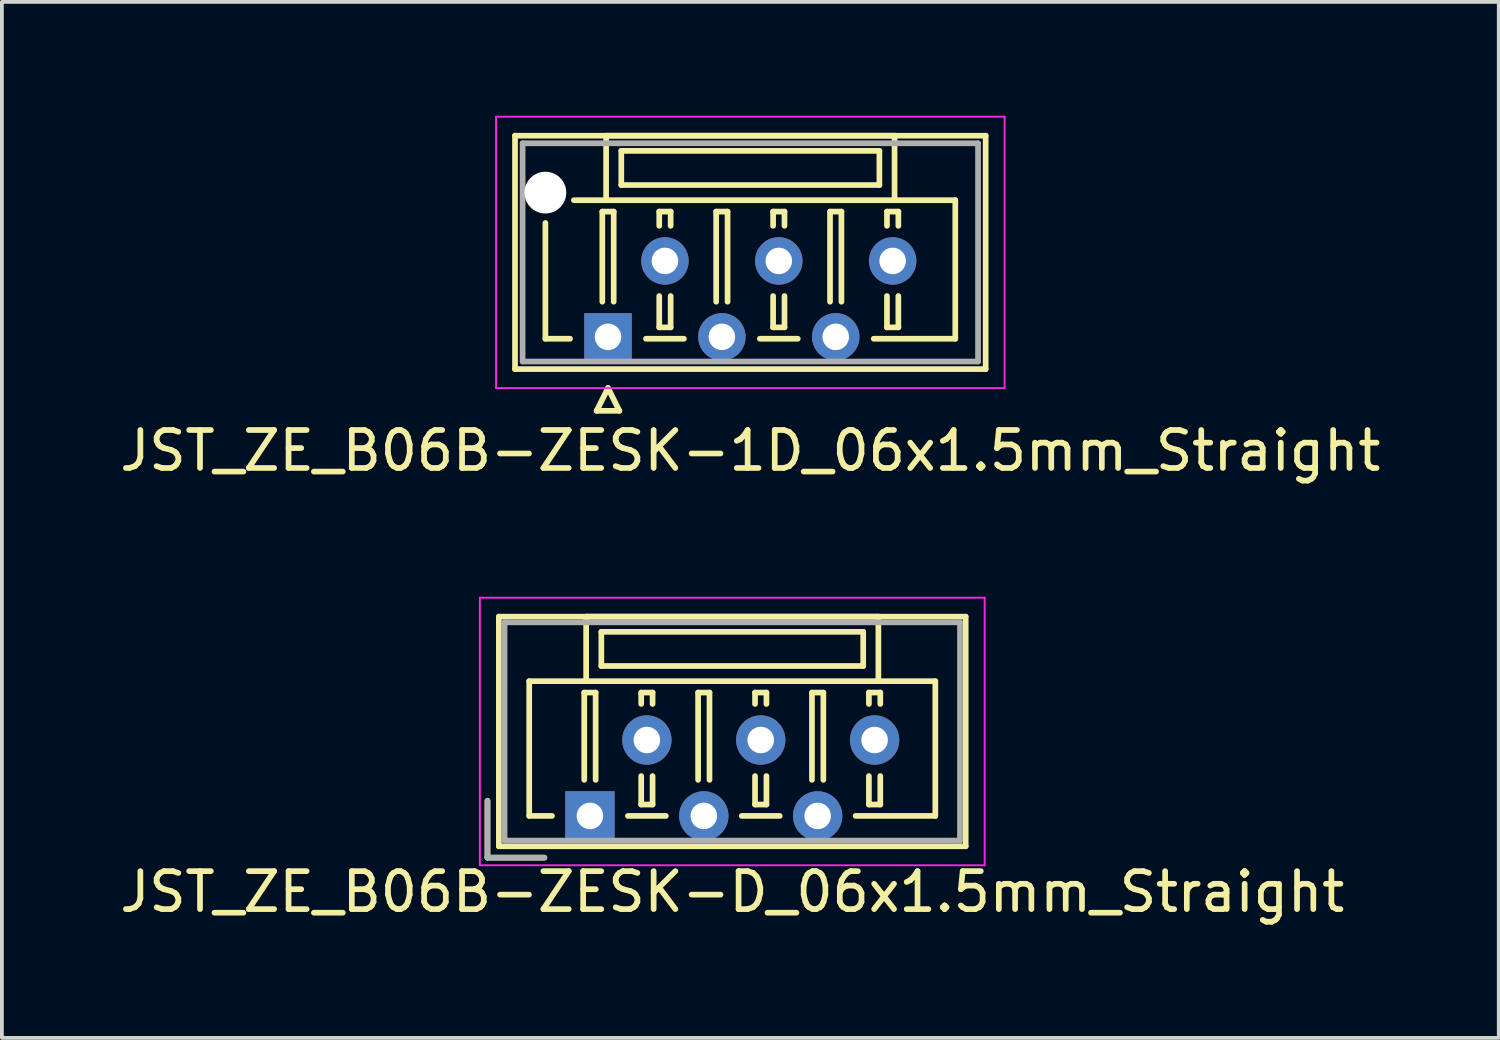
<source format=kicad_pcb>
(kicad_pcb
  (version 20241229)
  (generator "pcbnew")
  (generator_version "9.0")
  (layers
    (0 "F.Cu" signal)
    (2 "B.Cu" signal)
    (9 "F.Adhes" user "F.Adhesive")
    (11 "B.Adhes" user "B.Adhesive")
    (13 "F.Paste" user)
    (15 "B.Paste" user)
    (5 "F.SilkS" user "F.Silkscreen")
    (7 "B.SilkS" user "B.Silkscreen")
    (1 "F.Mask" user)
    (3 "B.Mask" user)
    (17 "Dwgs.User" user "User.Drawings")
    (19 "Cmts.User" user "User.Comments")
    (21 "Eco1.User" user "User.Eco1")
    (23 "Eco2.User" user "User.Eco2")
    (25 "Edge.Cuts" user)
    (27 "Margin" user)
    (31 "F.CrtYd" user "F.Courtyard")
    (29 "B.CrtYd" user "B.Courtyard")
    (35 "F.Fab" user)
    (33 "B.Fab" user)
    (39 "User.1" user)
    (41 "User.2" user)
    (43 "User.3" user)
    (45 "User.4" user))
  (footprint "JST_ZE_B06B-ZESK-1D_06x1.5mm_Straight"
    (layer "F.Cu")
    (at 12.97 5.825)
    (property "Reference" "JST_ZE_B06B-ZESK-1D_06x1.5mm_Straight" (at 3.75 3 0) (layer "F.SilkS") (effects (font (size 1 1) (thickness 0.15))))
    (attr through_hole)
    (fp_line (start -2.45 -5.3) (end -2.45 0.85) (stroke (width 0.15) (type solid)) (layer "F.SilkS"))
    (fp_line (start -2.45 0.85) (end 9.95 0.85) (stroke (width 0.15) (type solid)) (layer "F.SilkS"))
    (fp_line (start -1.65 -3) (end -1.65 0.05) (stroke (width 0.15) (type solid)) (layer "F.SilkS"))
    (fp_line (start -1.65 0.05) (end -1 0.05) (stroke (width 0.15) (type solid)) (layer "F.SilkS"))
    (fp_line (start -0.3 1.95) (end 0 1.35) (stroke (width 0.15) (type solid)) (layer "F.SilkS"))
    (fp_line (start -0.15 -3.3) (end 0.15 -3.3) (stroke (width 0.15) (type solid)) (layer "F.SilkS"))
    (fp_line (start -0.15 -0.925) (end -0.15 -3.3) (stroke (width 0.15) (type solid)) (layer "F.SilkS"))
    (fp_line (start -0.05 -5.3) (end -0.05 -3.6) (stroke (width 0.15) (type solid)) (layer "F.SilkS"))
    (fp_line (start -0.05 -3.6) (end -0.9 -3.6) (stroke (width 0.15) (type solid)) (layer "F.SilkS"))
    (fp_line (start -0.05 -3.6) (end 7.55 -3.6) (stroke (width 0.15) (type solid)) (layer "F.SilkS"))
    (fp_line (start 0 1.35) (end 0.3 1.95) (stroke (width 0.15) (type solid)) (layer "F.SilkS"))
    (fp_line (start 0.15 -3.3) (end 0.15 -0.925) (stroke (width 0.15) (type solid)) (layer "F.SilkS"))
    (fp_line (start 0.3 1.95) (end -0.3 1.95) (stroke (width 0.15) (type solid)) (layer "F.SilkS"))
    (fp_line (start 0.35 -4.9) (end 0.35 -4) (stroke (width 0.15) (type solid)) (layer "F.SilkS"))
    (fp_line (start 0.35 -4) (end 7.15 -4) (stroke (width 0.15) (type solid)) (layer "F.SilkS"))
    (fp_line (start 1 0.05) (end 2 0.05) (stroke (width 0.15) (type solid)) (layer "F.SilkS"))
    (fp_line (start 1.35 -3.3) (end 1.65 -3.3) (stroke (width 0.15) (type solid)) (layer "F.SilkS"))
    (fp_line (start 1.35 -2.925) (end 1.35 -3.3) (stroke (width 0.15) (type solid)) (layer "F.SilkS"))
    (fp_line (start 1.35 -1.075) (end 1.35 -0.25) (stroke (width 0.15) (type solid)) (layer "F.SilkS"))
    (fp_line (start 1.35 -0.25) (end 1.65 -0.25) (stroke (width 0.15) (type solid)) (layer "F.SilkS"))
    (fp_line (start 1.65 -3.3) (end 1.65 -2.925) (stroke (width 0.15) (type solid)) (layer "F.SilkS"))
    (fp_line (start 1.65 -0.25) (end 1.65 -1.075) (stroke (width 0.15) (type solid)) (layer "F.SilkS"))
    (fp_line (start 2.85 -3.3) (end 3.15 -3.3) (stroke (width 0.15) (type solid)) (layer "F.SilkS"))
    (fp_line (start 2.85 -0.925) (end 2.85 -3.3) (stroke (width 0.15) (type solid)) (layer "F.SilkS"))
    (fp_line (start 3.15 -3.3) (end 3.15 -0.925) (stroke (width 0.15) (type solid)) (layer "F.SilkS"))
    (fp_line (start 4 0.05) (end 5 0.05) (stroke (width 0.15) (type solid)) (layer "F.SilkS"))
    (fp_line (start 4.35 -3.3) (end 4.65 -3.3) (stroke (width 0.15) (type solid)) (layer "F.SilkS"))
    (fp_line (start 4.35 -2.925) (end 4.35 -3.3) (stroke (width 0.15) (type solid)) (layer "F.SilkS"))
    (fp_line (start 4.35 -1.075) (end 4.35 -0.25) (stroke (width 0.15) (type solid)) (layer "F.SilkS"))
    (fp_line (start 4.35 -0.25) (end 4.65 -0.25) (stroke (width 0.15) (type solid)) (layer "F.SilkS"))
    (fp_line (start 4.65 -3.3) (end 4.65 -2.925) (stroke (width 0.15) (type solid)) (layer "F.SilkS"))
    (fp_line (start 4.65 -0.25) (end 4.65 -1.075) (stroke (width 0.15) (type solid)) (layer "F.SilkS"))
    (fp_line (start 5.85 -3.3) (end 6.15 -3.3) (stroke (width 0.15) (type solid)) (layer "F.SilkS"))
    (fp_line (start 5.85 -0.925) (end 5.85 -3.3) (stroke (width 0.15) (type solid)) (layer "F.SilkS"))
    (fp_line (start 6.15 -3.3) (end 6.15 -0.925) (stroke (width 0.15) (type solid)) (layer "F.SilkS"))
    (fp_line (start 7.15 -4.9) (end 0.35 -4.9) (stroke (width 0.15) (type solid)) (layer "F.SilkS"))
    (fp_line (start 7.15 -4) (end 7.15 -4.9) (stroke (width 0.15) (type solid)) (layer "F.SilkS"))
    (fp_line (start 7.35 -3.3) (end 7.65 -3.3) (stroke (width 0.15) (type solid)) (layer "F.SilkS"))
    (fp_line (start 7.35 -2.925) (end 7.35 -3.3) (stroke (width 0.15) (type solid)) (layer "F.SilkS"))
    (fp_line (start 7.35 -1.075) (end 7.35 -0.25) (stroke (width 0.15) (type solid)) (layer "F.SilkS"))
    (fp_line (start 7.35 -0.25) (end 7.65 -0.25) (stroke (width 0.15) (type solid)) (layer "F.SilkS"))
    (fp_line (start 7.55 -5.3) (end -0.05 -5.3) (stroke (width 0.15) (type solid)) (layer "F.SilkS"))
    (fp_line (start 7.55 -3.6) (end 7.55 -5.3) (stroke (width 0.15) (type solid)) (layer "F.SilkS"))
    (fp_line (start 7.55 -3.6) (end 9.15 -3.6) (stroke (width 0.15) (type solid)) (layer "F.SilkS"))
    (fp_line (start 7.65 -3.3) (end 7.65 -2.925) (stroke (width 0.15) (type solid)) (layer "F.SilkS"))
    (fp_line (start 7.65 -0.25) (end 7.65 -1.075) (stroke (width 0.15) (type solid)) (layer "F.SilkS"))
    (fp_line (start 9.15 -3.6) (end 9.15 0.05) (stroke (width 0.15) (type solid)) (layer "F.SilkS"))
    (fp_line (start 9.15 0.05) (end 7 0.05) (stroke (width 0.15) (type solid)) (layer "F.SilkS"))
    (fp_line (start 9.95 -5.3) (end -2.45 -5.3) (stroke (width 0.15) (type solid)) (layer "F.SilkS"))
    (fp_line (start 9.95 0.85) (end 9.95 -5.3) (stroke (width 0.15) (type solid)) (layer "F.SilkS"))
    (fp_line (start -2.95 -5.8) (end -2.95 1.35) (stroke (width 0.05) (type solid)) (layer "F.CrtYd"))
    (fp_line (start -2.95 1.35) (end 10.45 1.35) (stroke (width 0.05) (type solid)) (layer "F.CrtYd"))
    (fp_line (start 10.45 -5.8) (end -2.95 -5.8) (stroke (width 0.05) (type solid)) (layer "F.CrtYd"))
    (fp_line (start 10.45 1.35) (end 10.45 -5.8) (stroke (width 0.05) (type solid)) (layer "F.CrtYd"))
    (fp_line (start -2.25 -5.1) (end -2.25 0.65) (stroke (width 0.15) (type solid)) (layer "F.Fab"))
    (fp_line (start -2.25 0.65) (end 9.75 0.65) (stroke (width 0.15) (type solid)) (layer "F.Fab"))
    (fp_line (start 9.75 -5.1) (end -2.25 -5.1) (stroke (width 0.15) (type solid)) (layer "F.Fab"))
    (fp_line (start 9.75 0.65) (end 9.75 -5.1) (stroke (width 0.15) (type solid)) (layer "F.Fab"))
    (pad "" np_thru_hole circle (at -1.65 -3.8) (size 1.1 1.1) (drill 1.1) (layers "*.Cu"))
    (pad "1" thru_hole rect (at 0 0) (size 1.25 1.25) (drill 0.7) (layers "*.Cu" "*.Mask"))
    (pad "2" thru_hole circle (at 1.5 -2) (size 1.25 1.25) (drill 0.7) (layers "*.Cu" "*.Mask"))
    (pad "3" thru_hole circle (at 3 0) (size 1.25 1.25) (drill 0.7) (layers "*.Cu" "*.Mask"))
    (pad "4" thru_hole circle (at 4.5 -2) (size 1.25 1.25) (drill 0.7) (layers "*.Cu" "*.Mask"))
    (pad "5" thru_hole circle (at 6 0) (size 1.25 1.25) (drill 0.7) (layers "*.Cu" "*.Mask"))
    (pad "6" thru_hole circle (at 7.5 -2) (size 1.25 1.25) (drill 0.7) (layers "*.Cu" "*.Mask")))
  (footprint "JST_ZE_B06B-ZESK-D_06x1.5mm_Straight"
    (layer "F.Cu")
    (at 12.494 18.448)
    (property "Reference" "JST_ZE_B06B-ZESK-D_06x1.5mm_Straight" (at 3.75 2 0) (layer "F.SilkS") (effects (font (size 1 1) (thickness 0.15))))
    (attr through_hole)
    (fp_line (start -2.7 -0.4) (end -2.7 1.1) (stroke (width 0.15) (type solid)) (layer "F.SilkS"))
    (fp_line (start -2.7 1.1) (end -1.2 1.1) (stroke (width 0.15) (type solid)) (layer "F.SilkS"))
    (fp_line (start -2.4 -5.25) (end -2.4 0.8) (stroke (width 0.15) (type solid)) (layer "F.SilkS"))
    (fp_line (start -2.4 0.8) (end 9.9 0.8) (stroke (width 0.15) (type solid)) (layer "F.SilkS"))
    (fp_line (start -1.6 -3.55) (end -1.6 0) (stroke (width 0.15) (type solid)) (layer "F.SilkS"))
    (fp_line (start -1.6 0) (end -1 0) (stroke (width 0.15) (type solid)) (layer "F.SilkS"))
    (fp_line (start -0.15 -3.25) (end 0.15 -3.25) (stroke (width 0.15) (type solid)) (layer "F.SilkS"))
    (fp_line (start -0.15 -0.95) (end -0.15 -3.25) (stroke (width 0.15) (type solid)) (layer "F.SilkS"))
    (fp_line (start -0.1 -5.25) (end -0.1 -3.55) (stroke (width 0.15) (type solid)) (layer "F.SilkS"))
    (fp_line (start -0.1 -3.55) (end -1.6 -3.55) (stroke (width 0.15) (type solid)) (layer "F.SilkS"))
    (fp_line (start -0.1 -3.55) (end 7.6 -3.55) (stroke (width 0.15) (type solid)) (layer "F.SilkS"))
    (fp_line (start 0.15 -3.25) (end 0.15 -0.95) (stroke (width 0.15) (type solid)) (layer "F.SilkS"))
    (fp_line (start 0.3 -4.85) (end 0.3 -3.95) (stroke (width 0.15) (type solid)) (layer "F.SilkS"))
    (fp_line (start 0.3 -3.95) (end 7.2 -3.95) (stroke (width 0.15) (type solid)) (layer "F.SilkS"))
    (fp_line (start 1 0) (end 2 0) (stroke (width 0.15) (type solid)) (layer "F.SilkS"))
    (fp_line (start 1.35 -3.25) (end 1.65 -3.25) (stroke (width 0.15) (type solid)) (layer "F.SilkS"))
    (fp_line (start 1.35 -2.95) (end 1.35 -3.25) (stroke (width 0.15) (type solid)) (layer "F.SilkS"))
    (fp_line (start 1.35 -1.05) (end 1.35 -0.3) (stroke (width 0.15) (type solid)) (layer "F.SilkS"))
    (fp_line (start 1.35 -0.3) (end 1.65 -0.3) (stroke (width 0.15) (type solid)) (layer "F.SilkS"))
    (fp_line (start 1.65 -3.25) (end 1.65 -2.95) (stroke (width 0.15) (type solid)) (layer "F.SilkS"))
    (fp_line (start 1.65 -0.3) (end 1.65 -1.05) (stroke (width 0.15) (type solid)) (layer "F.SilkS"))
    (fp_line (start 2.85 -3.25) (end 3.15 -3.25) (stroke (width 0.15) (type solid)) (layer "F.SilkS"))
    (fp_line (start 2.85 -0.95) (end 2.85 -3.25) (stroke (width 0.15) (type solid)) (layer "F.SilkS"))
    (fp_line (start 3.15 -3.25) (end 3.15 -0.95) (stroke (width 0.15) (type solid)) (layer "F.SilkS"))
    (fp_line (start 4 0) (end 5 0) (stroke (width 0.15) (type solid)) (layer "F.SilkS"))
    (fp_line (start 4.35 -3.25) (end 4.65 -3.25) (stroke (width 0.15) (type solid)) (layer "F.SilkS"))
    (fp_line (start 4.35 -2.95) (end 4.35 -3.25) (stroke (width 0.15) (type solid)) (layer "F.SilkS"))
    (fp_line (start 4.35 -1.05) (end 4.35 -0.3) (stroke (width 0.15) (type solid)) (layer "F.SilkS"))
    (fp_line (start 4.35 -0.3) (end 4.65 -0.3) (stroke (width 0.15) (type solid)) (layer "F.SilkS"))
    (fp_line (start 4.65 -3.25) (end 4.65 -2.95) (stroke (width 0.15) (type solid)) (layer "F.SilkS"))
    (fp_line (start 4.65 -0.3) (end 4.65 -1.05) (stroke (width 0.15) (type solid)) (layer "F.SilkS"))
    (fp_line (start 5.85 -3.25) (end 6.15 -3.25) (stroke (width 0.15) (type solid)) (layer "F.SilkS"))
    (fp_line (start 5.85 -0.95) (end 5.85 -3.25) (stroke (width 0.15) (type solid)) (layer "F.SilkS"))
    (fp_line (start 6.15 -3.25) (end 6.15 -0.95) (stroke (width 0.15) (type solid)) (layer "F.SilkS"))
    (fp_line (start 7.2 -4.85) (end 0.3 -4.85) (stroke (width 0.15) (type solid)) (layer "F.SilkS"))
    (fp_line (start 7.2 -3.95) (end 7.2 -4.85) (stroke (width 0.15) (type solid)) (layer "F.SilkS"))
    (fp_line (start 7.35 -3.25) (end 7.65 -3.25) (stroke (width 0.15) (type solid)) (layer "F.SilkS"))
    (fp_line (start 7.35 -2.95) (end 7.35 -3.25) (stroke (width 0.15) (type solid)) (layer "F.SilkS"))
    (fp_line (start 7.35 -1.05) (end 7.35 -0.3) (stroke (width 0.15) (type solid)) (layer "F.SilkS"))
    (fp_line (start 7.35 -0.3) (end 7.65 -0.3) (stroke (width 0.15) (type solid)) (layer "F.SilkS"))
    (fp_line (start 7.6 -5.25) (end -0.1 -5.25) (stroke (width 0.15) (type solid)) (layer "F.SilkS"))
    (fp_line (start 7.6 -3.55) (end 7.6 -5.25) (stroke (width 0.15) (type solid)) (layer "F.SilkS"))
    (fp_line (start 7.6 -3.55) (end 9.1 -3.55) (stroke (width 0.15) (type solid)) (layer "F.SilkS"))
    (fp_line (start 7.65 -3.25) (end 7.65 -2.95) (stroke (width 0.15) (type solid)) (layer "F.SilkS"))
    (fp_line (start 7.65 -0.3) (end 7.65 -1.05) (stroke (width 0.15) (type solid)) (layer "F.SilkS"))
    (fp_line (start 9.1 -3.55) (end 9.1 0) (stroke (width 0.15) (type solid)) (layer "F.SilkS"))
    (fp_line (start 9.1 0) (end 7 0) (stroke (width 0.15) (type solid)) (layer "F.SilkS"))
    (fp_line (start 9.9 -5.25) (end -2.4 -5.25) (stroke (width 0.15) (type solid)) (layer "F.SilkS"))
    (fp_line (start 9.9 0.8) (end 9.9 -5.25) (stroke (width 0.15) (type solid)) (layer "F.SilkS"))
    (fp_line (start -2.9 -5.75) (end -2.9 1.3) (stroke (width 0.05) (type solid)) (layer "F.CrtYd"))
    (fp_line (start -2.9 1.3) (end 10.4 1.3) (stroke (width 0.05) (type solid)) (layer "F.CrtYd"))
    (fp_line (start 10.4 -5.75) (end -2.9 -5.75) (stroke (width 0.05) (type solid)) (layer "F.CrtYd"))
    (fp_line (start 10.4 1.3) (end 10.4 -5.75) (stroke (width 0.05) (type solid)) (layer "F.CrtYd"))
    (fp_line (start -2.7 -0.4) (end -2.7 1.1) (stroke (width 0.15) (type solid)) (layer "F.Fab"))
    (fp_line (start -2.7 1.1) (end -1.2 1.1) (stroke (width 0.15) (type solid)) (layer "F.Fab"))
    (fp_line (start -2.25 -5.1) (end -2.25 0.65) (stroke (width 0.15) (type solid)) (layer "F.Fab"))
    (fp_line (start -2.25 0.65) (end 9.75 0.65) (stroke (width 0.15) (type solid)) (layer "F.Fab"))
    (fp_line (start 9.75 -5.1) (end -2.25 -5.1) (stroke (width 0.15) (type solid)) (layer "F.Fab"))
    (fp_line (start 9.75 0.65) (end 9.75 -5.1) (stroke (width 0.15) (type solid)) (layer "F.Fab"))
    (pad "1" thru_hole rect (at 0 0) (size 1.3 1.3) (drill 0.7) (layers "*.Cu" "*.Mask"))
    (pad "2" thru_hole circle (at 1.5 -2) (size 1.3 1.3) (drill 0.7) (layers "*.Cu" "*.Mask"))
    (pad "3" thru_hole circle (at 3 0) (size 1.3 1.3) (drill 0.7) (layers "*.Cu" "*.Mask"))
    (pad "4" thru_hole circle (at 4.5 -2) (size 1.3 1.3) (drill 0.7) (layers "*.Cu" "*.Mask"))
    (pad "5" thru_hole circle (at 6 0) (size 1.3 1.3) (drill 0.7) (layers "*.Cu" "*.Mask"))
    (pad "6" thru_hole circle (at 7.5 -2) (size 1.3 1.3) (drill 0.7) (layers "*.Cu" "*.Mask")))
  (gr_rect
    (start -3 -3)
    (end 36.44 24.297)
    (stroke (width 0.1) (type default))
    (fill no)
    (layer "Edge.Cuts")))
</source>
